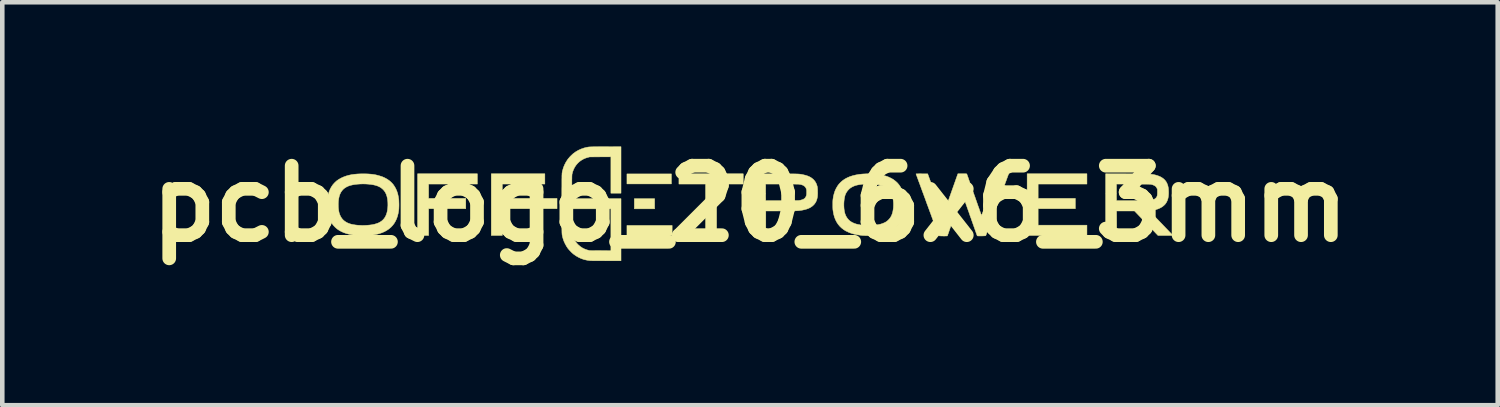
<source format=kicad_pcb>
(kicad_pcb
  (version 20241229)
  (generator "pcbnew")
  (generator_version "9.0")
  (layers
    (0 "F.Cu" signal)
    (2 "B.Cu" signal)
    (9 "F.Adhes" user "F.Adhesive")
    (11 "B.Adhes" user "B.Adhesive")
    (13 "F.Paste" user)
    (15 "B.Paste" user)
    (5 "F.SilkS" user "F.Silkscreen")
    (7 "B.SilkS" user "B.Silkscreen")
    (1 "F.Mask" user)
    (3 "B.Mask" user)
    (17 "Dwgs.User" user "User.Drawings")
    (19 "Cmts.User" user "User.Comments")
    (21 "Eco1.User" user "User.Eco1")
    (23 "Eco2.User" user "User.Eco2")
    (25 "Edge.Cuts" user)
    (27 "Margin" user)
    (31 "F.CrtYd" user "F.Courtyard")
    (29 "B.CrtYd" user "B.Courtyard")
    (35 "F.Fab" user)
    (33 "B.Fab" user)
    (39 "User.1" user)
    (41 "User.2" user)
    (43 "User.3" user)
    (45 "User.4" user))
  (footprint "pcb_logo_20_6x6_3mm"
    (layer "F.Cu")
    (at 13.397 1.418)
    (property "Reference" "pcb_logo_20_6x6_3mm" (at 0 0 0) (layer "F.SilkS") (effects (font (size 1.524 1.524) (thickness 0.3))))
    (attr through_hole)
    (fp_poly (pts (xy -4.232 0.108) (xy -5.29 0.108) (xy -5.29 -0.117) (xy -4.232 -0.117) (xy -4.232 0.108)) (stroke (width 0.01) (type solid)) (fill yes) (layer "F.SilkS"))
    (fp_poly (pts (xy -2.092 0.111) (xy -2.537 0.111) (xy -2.537 -0.111) (xy -2.092 -0.111) (xy -2.092 0.111)) (stroke (width 0.01) (type solid)) (fill yes) (layer "F.SilkS"))
    (fp_poly (pts (xy -1.724 -0.435) (xy -2.699 -0.435) (xy -2.699 -0.654) (xy -1.724 -0.654) (xy -1.724 -0.435)) (stroke (width 0.01) (type solid)) (fill yes) (layer "F.SilkS"))
    (fp_poly (pts (xy -1.708 0.695) (xy -2.699 0.695) (xy -2.699 0.476) (xy -1.708 0.476) (xy -1.708 0.695)) (stroke (width 0.01) (type solid)) (fill yes) (layer "F.SilkS"))
    (fp_poly (pts (xy -4.499 -0.432) (xy -5.432 -0.432) (xy -5.432 0.695) (xy -5.674 0.695) (xy -5.674 -0.657) (xy -4.499 -0.657) (xy -4.499 -0.432)) (stroke (width 0.01) (type solid)) (fill yes) (layer "F.SilkS"))
    (fp_poly (pts (xy -0.149 -0.432) (xy -0.733 -0.432) (xy -0.733 0.695) (xy -0.975 0.695) (xy -0.975 -0.432) (xy -1.559 -0.432) (xy -1.559 -0.657) (xy -0.149 -0.657) (xy -0.149 -0.432)) (stroke (width 0.01) (type solid)) (fill yes) (layer "F.SilkS"))
    (fp_poly (pts (xy -5.979 -0.432) (xy -7.048 -0.432) (xy -7.048 -0.117) (xy -6.233 -0.117) (xy -6.233 0.108) (xy -7.048 0.108) (xy -7.048 0.695) (xy -7.29 0.695) (xy -7.29 -0.657) (xy -5.979 -0.657) (xy -5.979 -0.432)) (stroke (width 0.01) (type solid)) (fill yes) (layer "F.SilkS"))
    (fp_poly (pts (xy 7.388 -0.432) (xy 6.318 -0.432) (xy 6.318 -0.117) (xy 7.134 -0.117) (xy 7.134 0.108) (xy 6.318 0.108) (xy 6.318 0.47) (xy 7.388 0.47) (xy 7.388 0.695) (xy 6.077 0.695) (xy 6.077 -0.657) (xy 7.388 -0.657) (xy 7.388 -0.432)) (stroke (width 0.01) (type solid)) (fill yes) (layer "F.SilkS"))
    (fp_poly (pts (xy 0.572 -0.656) (xy 0.638 -0.656) (xy 0.698 -0.656) (xy 0.752 -0.656) (xy 0.801 -0.656) (xy 0.845 -0.656) (xy 0.884 -0.655) (xy 0.919 -0.655) (xy 0.95 -0.655) (xy 0.977 -0.654) (xy 1.002 -0.654) (xy 1.023 -0.653) (xy 1.042 -0.653) (xy 1.058 -0.652) (xy 1.073 -0.651) (xy 1.086 -0.65) (xy 1.098 -0.649) (xy 1.109 -0.647) (xy 1.119 -0.646) (xy 1.129 -0.644) (xy 1.14 -0.642) (xy 1.151 -0.64) (xy 1.163 -0.637) (xy 1.168 -0.636) (xy 1.222 -0.623) (xy 1.27 -0.607) (xy 1.314 -0.587) (xy 1.352 -0.563) (xy 1.386 -0.536) (xy 1.414 -0.505) (xy 1.438 -0.47) (xy 1.457 -0.432) (xy 1.471 -0.389) (xy 1.474 -0.378) (xy 1.477 -0.363) (xy 1.479 -0.342) (xy 1.481 -0.318) (xy 1.482 -0.291) (xy 1.482 -0.263) (xy 1.483 -0.235) (xy 1.482 -0.207) (xy 1.481 -0.183) (xy 1.479 -0.161) (xy 1.478 -0.15) (xy 1.468 -0.104) (xy 1.454 -0.062) (xy 1.435 -0.025) (xy 1.411 0.008) (xy 1.402 0.018) (xy 1.376 0.044) (xy 1.347 0.066) (xy 1.315 0.086) (xy 1.279 0.103) (xy 1.24 0.117) (xy 1.196 0.129) (xy 1.147 0.14) (xy 1.093 0.148) (xy 1.049 0.153) (xy 1.04 0.153) (xy 1.025 0.154) (xy 1.004 0.155) (xy 0.977 0.155) (xy 0.945 0.156) (xy 0.908 0.156) (xy 0.867 0.157) (xy 0.821 0.157) (xy 0.771 0.157) (xy 0.716 0.158) (xy 0.68 0.158) (xy 0.346 0.159) (xy 0.346 0.695) (xy 0.102 0.695) (xy 0.102 -0.251) (xy 0.343 -0.251) (xy 0.343 -0.218) (xy 0.343 -0.187) (xy 0.343 -0.158) (xy 0.343 -0.132) (xy 0.344 -0.11) (xy 0.344 -0.092) (xy 0.344 -0.079) (xy 0.345 -0.071) (xy 0.345 -0.069) (xy 0.349 -0.068) (xy 0.358 -0.068) (xy 0.373 -0.067) (xy 0.393 -0.067) (xy 0.417 -0.067) (xy 0.445 -0.067) (xy 0.476 -0.067) (xy 0.511 -0.067) (xy 0.548 -0.067) (xy 0.586 -0.067) (xy 0.627 -0.067) (xy 0.668 -0.067) (xy 0.71 -0.068) (xy 0.752 -0.068) (xy 0.793 -0.068) (xy 0.833 -0.068) (xy 0.872 -0.069) (xy 0.91 -0.069) (xy 0.944 -0.07) (xy 0.976 -0.07) (xy 1.004 -0.07) (xy 1.029 -0.071) (xy 1.049 -0.071) (xy 1.064 -0.072) (xy 1.075 -0.072) (xy 1.078 -0.073) (xy 1.102 -0.077) (xy 1.126 -0.083) (xy 1.148 -0.09) (xy 1.167 -0.097) (xy 1.177 -0.103) (xy 1.2 -0.119) (xy 1.217 -0.141) (xy 1.23 -0.165) (xy 1.238 -0.192) (xy 1.24 -0.205) (xy 1.241 -0.222) (xy 1.241 -0.242) (xy 1.241 -0.263) (xy 1.241 -0.282) (xy 1.24 -0.299) (xy 1.238 -0.311) (xy 1.238 -0.312) (xy 1.229 -0.339) (xy 1.216 -0.362) (xy 1.198 -0.382) (xy 1.175 -0.399) (xy 1.146 -0.412) (xy 1.113 -0.422) (xy 1.074 -0.428) (xy 1.072 -0.429) (xy 1.064 -0.429) (xy 1.049 -0.43) (xy 1.03 -0.43) (xy 1.004 -0.43) (xy 0.973 -0.431) (xy 0.937 -0.431) (xy 0.896 -0.431) (xy 0.85 -0.432) (xy 0.801 -0.432) (xy 0.746 -0.432) (xy 0.693 -0.432) (xy 0.343 -0.432) (xy 0.343 -0.251) (xy 0.102 -0.251) (xy 0.102 -0.657) (xy 0.572 -0.656)) (stroke (width 0.01) (type solid)) (fill yes) (layer "F.SilkS"))
    (fp_poly (pts (xy 8.268 -0.656) (xy 8.34 -0.656) (xy 8.405 -0.656) (xy 8.465 -0.656) (xy 8.518 -0.655) (xy 8.566 -0.655) (xy 8.609 -0.655) (xy 8.646 -0.654) (xy 8.678 -0.654) (xy 8.705 -0.654) (xy 8.727 -0.653) (xy 8.744 -0.653) (xy 8.758 -0.652) (xy 8.766 -0.652) (xy 8.769 -0.651) (xy 8.814 -0.645) (xy 8.853 -0.639) (xy 8.888 -0.631) (xy 8.92 -0.622) (xy 8.95 -0.612) (xy 8.979 -0.6) (xy 9 -0.591) (xy 9.039 -0.568) (xy 9.074 -0.542) (xy 9.103 -0.512) (xy 9.128 -0.478) (xy 9.147 -0.44) (xy 9.162 -0.399) (xy 9.172 -0.353) (xy 9.176 -0.322) (xy 9.178 -0.279) (xy 9.179 -0.236) (xy 9.177 -0.195) (xy 9.173 -0.157) (xy 9.167 -0.123) (xy 9.164 -0.112) (xy 9.15 -0.069) (xy 9.131 -0.03) (xy 9.107 0.005) (xy 9.077 0.036) (xy 9.043 0.064) (xy 9.003 0.088) (xy 8.958 0.109) (xy 8.929 0.119) (xy 8.9 0.128) (xy 8.868 0.136) (xy 8.833 0.143) (xy 8.799 0.148) (xy 8.788 0.15) (xy 8.774 0.151) (xy 8.764 0.153) (xy 8.758 0.155) (xy 8.757 0.156) (xy 8.76 0.158) (xy 8.766 0.165) (xy 8.776 0.176) (xy 8.789 0.19) (xy 8.806 0.207) (xy 8.825 0.228) (xy 8.847 0.25) (xy 8.871 0.275) (xy 8.897 0.302) (xy 8.924 0.331) (xy 8.952 0.36) (xy 8.981 0.39) (xy 9.011 0.421) (xy 9.041 0.452) (xy 9.07 0.483) (xy 9.099 0.513) (xy 9.127 0.542) (xy 9.154 0.57) (xy 9.18 0.597) (xy 9.204 0.622) (xy 9.225 0.644) (xy 9.239 0.658) (xy 9.275 0.695) (xy 9.11 0.695) (xy 8.946 0.695) (xy 8.432 0.159) (xy 8.038 0.159) (xy 8.04 0.427) (xy 8.041 0.695) (xy 7.798 0.695) (xy 7.798 -0.251) (xy 8.036 -0.251) (xy 8.036 -0.218) (xy 8.036 -0.187) (xy 8.036 -0.158) (xy 8.036 -0.132) (xy 8.037 -0.11) (xy 8.037 -0.092) (xy 8.037 -0.079) (xy 8.038 -0.071) (xy 8.038 -0.069) (xy 8.042 -0.068) (xy 8.051 -0.068) (xy 8.066 -0.068) (xy 8.085 -0.068) (xy 8.109 -0.067) (xy 8.137 -0.067) (xy 8.168 -0.067) (xy 8.202 -0.067) (xy 8.238 -0.067) (xy 8.276 -0.067) (xy 8.316 -0.067) (xy 8.356 -0.067) (xy 8.396 -0.067) (xy 8.437 -0.067) (xy 8.477 -0.067) (xy 8.515 -0.067) (xy 8.552 -0.068) (xy 8.587 -0.068) (xy 8.619 -0.068) (xy 8.648 -0.068) (xy 8.674 -0.069) (xy 8.695 -0.069) (xy 8.711 -0.069) (xy 8.723 -0.07) (xy 8.725 -0.07) (xy 8.763 -0.073) (xy 8.796 -0.077) (xy 8.824 -0.083) (xy 8.848 -0.091) (xy 8.868 -0.101) (xy 8.885 -0.113) (xy 8.893 -0.119) (xy 8.906 -0.132) (xy 8.916 -0.146) (xy 8.923 -0.161) (xy 8.929 -0.178) (xy 8.932 -0.199) (xy 8.934 -0.224) (xy 8.934 -0.253) (xy 8.934 -0.262) (xy 8.933 -0.319) (xy 8.921 -0.343) (xy 8.91 -0.362) (xy 8.899 -0.377) (xy 8.895 -0.381) (xy 8.877 -0.394) (xy 8.854 -0.406) (xy 8.828 -0.416) (xy 8.804 -0.423) (xy 8.799 -0.424) (xy 8.795 -0.425) (xy 8.79 -0.426) (xy 8.784 -0.427) (xy 8.778 -0.427) (xy 8.77 -0.428) (xy 8.76 -0.428) (xy 8.748 -0.429) (xy 8.733 -0.429) (xy 8.716 -0.429) (xy 8.695 -0.43) (xy 8.671 -0.43) (xy 8.643 -0.43) (xy 8.61 -0.43) (xy 8.573 -0.43) (xy 8.531 -0.431) (xy 8.483 -0.431) (xy 8.429 -0.431) (xy 8.405 -0.431) (xy 8.036 -0.432) (xy 8.036 -0.251) (xy 7.798 -0.251) (xy 7.798 -0.657) (xy 8.268 -0.656)) (stroke (width 0.01) (type solid)) (fill yes) (layer "F.SilkS"))
    (fp_poly (pts (xy -2.829 -0.232) (xy -3.051 -0.232) (xy -3.051 -1.029) (xy -3.284 -1.028) (xy -3.516 -1.027) (xy -3.551 -1.018) (xy -3.604 -1.002) (xy -3.653 -0.981) (xy -3.699 -0.954) (xy -3.742 -0.923) (xy -3.78 -0.887) (xy -3.814 -0.847) (xy -3.844 -0.803) (xy -3.868 -0.755) (xy -3.888 -0.704) (xy -3.899 -0.661) (xy -3.901 -0.655) (xy -3.902 -0.65) (xy -3.903 -0.644) (xy -3.904 -0.637) (xy -3.904 -0.63) (xy -3.905 -0.62) (xy -3.905 -0.609) (xy -3.906 -0.594) (xy -3.906 -0.577) (xy -3.906 -0.556) (xy -3.907 -0.532) (xy -3.907 -0.503) (xy -3.907 -0.469) (xy -3.907 -0.43) (xy -3.908 -0.385) (xy -3.908 -0.371) (xy -3.909 -0.111) (xy -2.829 -0.111) (xy -2.829 1.251) (xy -3.154 1.251) (xy -3.199 1.25) (xy -3.243 1.25) (xy -3.286 1.25) (xy -3.326 1.25) (xy -3.363 1.25) (xy -3.398 1.249) (xy -3.428 1.249) (xy -3.455 1.249) (xy -3.476 1.248) (xy -3.493 1.248) (xy -3.504 1.248) (xy -3.508 1.247) (xy -3.573 1.238) (xy -3.637 1.224) (xy -3.699 1.203) (xy -3.758 1.176) (xy -3.814 1.144) (xy -3.868 1.106) (xy -3.873 1.102) (xy -3.892 1.086) (xy -3.913 1.067) (xy -3.934 1.045) (xy -3.955 1.023) (xy -3.974 1.002) (xy -3.989 0.983) (xy -3.991 0.982) (xy -4.025 0.932) (xy -4.055 0.877) (xy -4.081 0.821) (xy -4.101 0.763) (xy -4.108 0.737) (xy -4.112 0.724) (xy -4.114 0.712) (xy -4.117 0.701) (xy -4.119 0.691) (xy -4.121 0.68) (xy -4.122 0.668) (xy -4.123 0.655) (xy -4.124 0.639) (xy -4.125 0.622) (xy -4.125 0.601) (xy -4.126 0.576) (xy -4.126 0.547) (xy -4.126 0.513) (xy -4.127 0.474) (xy -4.127 0.444) (xy -4.128 0.232) (xy -3.909 0.232) (xy -3.908 0.431) (xy -3.907 0.472) (xy -3.907 0.507) (xy -3.907 0.536) (xy -3.907 0.561) (xy -3.906 0.582) (xy -3.906 0.599) (xy -3.905 0.613) (xy -3.905 0.624) (xy -3.904 0.633) (xy -3.903 0.641) (xy -3.902 0.648) (xy -3.901 0.654) (xy -3.9 0.66) (xy -3.899 0.661) (xy -3.884 0.715) (xy -3.864 0.765) (xy -3.838 0.813) (xy -3.807 0.856) (xy -3.771 0.896) (xy -3.73 0.932) (xy -3.685 0.963) (xy -3.675 0.969) (xy -3.651 0.982) (xy -3.623 0.994) (xy -3.593 1.006) (xy -3.563 1.015) (xy -3.551 1.018) (xy -3.516 1.027) (xy -3.284 1.028) (xy -3.051 1.029) (xy -3.051 0.111) (xy -4.128 0.111) (xy -4.127 -0.272) (xy -4.127 -0.33) (xy -4.126 -0.383) (xy -4.126 -0.429) (xy -4.126 -0.47) (xy -4.126 -0.507) (xy -4.126 -0.539) (xy -4.125 -0.567) (xy -4.125 -0.591) (xy -4.125 -0.612) (xy -4.124 -0.63) (xy -4.123 -0.646) (xy -4.123 -0.659) (xy -4.122 -0.671) (xy -4.12 -0.681) (xy -4.119 -0.69) (xy -4.118 -0.698) (xy -4.116 -0.706) (xy -4.114 -0.715) (xy -4.112 -0.723) (xy -4.109 -0.733) (xy -4.108 -0.737) (xy -4.091 -0.795) (xy -4.067 -0.853) (xy -4.039 -0.908) (xy -4.006 -0.96) (xy -3.991 -0.982) (xy -3.975 -1) (xy -3.957 -1.022) (xy -3.936 -1.044) (xy -3.914 -1.065) (xy -3.893 -1.085) (xy -3.875 -1.101) (xy -3.873 -1.102) (xy -3.821 -1.14) (xy -3.764 -1.173) (xy -3.705 -1.2) (xy -3.643 -1.222) (xy -3.578 -1.238) (xy -3.548 -1.243) (xy -3.542 -1.244) (xy -3.535 -1.245) (xy -3.528 -1.246) (xy -3.519 -1.246) (xy -3.508 -1.247) (xy -3.495 -1.247) (xy -3.48 -1.248) (xy -3.461 -1.248) (xy -3.44 -1.249) (xy -3.415 -1.249) (xy -3.385 -1.249) (xy -3.351 -1.249) (xy -3.313 -1.25) (xy -3.269 -1.25) (xy -3.219 -1.25) (xy -3.171 -1.25) (xy -2.829 -1.251) (xy -2.829 -0.232)) (stroke (width 0.01) (type solid)) (fill yes) (layer "F.SilkS"))
    (fp_poly (pts (xy -8.452 -0.656) (xy -8.405 -0.655) (xy -8.364 -0.653) (xy -8.326 -0.65) (xy -8.291 -0.647) (xy -8.258 -0.642) (xy -8.225 -0.637) (xy -8.192 -0.63) (xy -8.191 -0.63) (xy -8.125 -0.612) (xy -8.063 -0.592) (xy -8.007 -0.567) (xy -7.955 -0.538) (xy -7.908 -0.505) (xy -7.866 -0.468) (xy -7.829 -0.428) (xy -7.797 -0.382) (xy -7.769 -0.333) (xy -7.745 -0.279) (xy -7.726 -0.221) (xy -7.712 -0.158) (xy -7.704 -0.106) (xy -7.701 -0.083) (xy -7.7 -0.056) (xy -7.699 -0.024) (xy -7.698 0.009) (xy -7.698 0.042) (xy -7.699 0.074) (xy -7.7 0.104) (xy -7.702 0.13) (xy -7.704 0.144) (xy -7.715 0.21) (xy -7.73 0.271) (xy -7.75 0.328) (xy -7.774 0.38) (xy -7.802 0.428) (xy -7.835 0.472) (xy -7.872 0.512) (xy -7.914 0.548) (xy -7.933 0.562) (xy -7.976 0.59) (xy -8.024 0.615) (xy -8.076 0.637) (xy -8.132 0.656) (xy -8.191 0.671) (xy -8.223 0.678) (xy -8.248 0.682) (xy -8.272 0.686) (xy -8.294 0.689) (xy -8.316 0.692) (xy -8.339 0.693) (xy -8.364 0.695) (xy -8.392 0.696) (xy -8.424 0.696) (xy -8.461 0.697) (xy -8.468 0.697) (xy -8.495 0.697) (xy -8.522 0.697) (xy -8.545 0.697) (xy -8.566 0.697) (xy -8.582 0.697) (xy -8.594 0.697) (xy -8.601 0.697) (xy -8.601 0.697) (xy -8.609 0.696) (xy -8.621 0.695) (xy -8.636 0.693) (xy -8.649 0.692) (xy -8.72 0.683) (xy -8.787 0.67) (xy -8.851 0.653) (xy -8.911 0.632) (xy -8.966 0.607) (xy -9.017 0.578) (xy -9.052 0.554) (xy -9.095 0.517) (xy -9.134 0.476) (xy -9.168 0.431) (xy -9.197 0.382) (xy -9.222 0.329) (xy -9.242 0.271) (xy -9.257 0.209) (xy -9.267 0.143) (xy -9.273 0.073) (xy -9.273 0.00026) (xy -9.029 0.00026) (xy -9.029 0.044) (xy -9.026 0.099) (xy -9.02 0.149) (xy -9.011 0.194) (xy -8.998 0.234) (xy -8.982 0.271) (xy -8.963 0.304) (xy -8.94 0.335) (xy -8.918 0.358) (xy -8.891 0.381) (xy -8.861 0.401) (xy -8.828 0.419) (xy -8.791 0.434) (xy -8.75 0.447) (xy -8.705 0.457) (xy -8.655 0.465) (xy -8.599 0.471) (xy -8.539 0.474) (xy -8.496 0.476) (xy -8.486 0.476) (xy -8.472 0.475) (xy -8.454 0.475) (xy -8.433 0.474) (xy -8.414 0.473) (xy -8.35 0.468) (xy -8.292 0.461) (xy -8.239 0.45) (xy -8.191 0.436) (xy -8.148 0.42) (xy -8.11 0.4) (xy -8.076 0.377) (xy -8.046 0.35) (xy -8.02 0.32) (xy -7.998 0.286) (xy -7.99 0.27) (xy -7.973 0.231) (xy -7.96 0.187) (xy -7.95 0.139) (xy -7.944 0.088) (xy -7.941 0.034) (xy -7.942 -0.023) (xy -7.944 -0.056) (xy -7.951 -0.111) (xy -7.962 -0.161) (xy -7.977 -0.207) (xy -7.997 -0.248) (xy -8.021 -0.284) (xy -8.05 -0.316) (xy -8.083 -0.344) (xy -8.121 -0.368) (xy -8.163 -0.388) (xy -8.211 -0.404) (xy -8.258 -0.415) (xy -8.312 -0.424) (xy -8.37 -0.43) (xy -8.43 -0.434) (xy -8.493 -0.435) (xy -8.554 -0.433) (xy -8.615 -0.429) (xy -8.672 -0.422) (xy -8.712 -0.415) (xy -8.764 -0.403) (xy -8.81 -0.387) (xy -8.852 -0.367) (xy -8.889 -0.344) (xy -8.922 -0.316) (xy -8.95 -0.284) (xy -8.974 -0.248) (xy -8.993 -0.208) (xy -9.008 -0.163) (xy -9.019 -0.113) (xy -9.026 -0.059) (xy -9.029 0.00026) (xy -9.273 0.00026) (xy -9.273 -0.001) (xy -9.273 -0.013) (xy -9.269 -0.084) (xy -9.26 -0.151) (xy -9.246 -0.213) (xy -9.228 -0.271) (xy -9.205 -0.325) (xy -9.177 -0.375) (xy -9.145 -0.421) (xy -9.108 -0.462) (xy -9.067 -0.5) (xy -9.02 -0.533) (xy -8.969 -0.562) (xy -8.961 -0.566) (xy -8.91 -0.589) (xy -8.855 -0.609) (xy -8.798 -0.625) (xy -8.737 -0.638) (xy -8.671 -0.647) (xy -8.602 -0.653) (xy -8.527 -0.656) (xy -8.452 -0.656)) (stroke (width 0.01) (type solid)) (fill yes) (layer "F.SilkS"))
    (fp_poly (pts (xy 2.685 -0.655) (xy 2.764 -0.65) (xy 2.838 -0.64) (xy 2.907 -0.627) (xy 2.971 -0.61) (xy 2.997 -0.602) (xy 3.024 -0.592) (xy 3.053 -0.579) (xy 3.083 -0.565) (xy 3.111 -0.55) (xy 3.136 -0.536) (xy 3.146 -0.529) (xy 3.192 -0.494) (xy 3.233 -0.456) (xy 3.269 -0.413) (xy 3.3 -0.366) (xy 3.327 -0.315) (xy 3.349 -0.26) (xy 3.366 -0.2) (xy 3.378 -0.14) (xy 3.384 -0.09) (xy 3.388 -0.037) (xy 3.39 0.019) (xy 3.388 0.074) (xy 3.385 0.127) (xy 3.38 0.168) (xy 3.367 0.232) (xy 3.35 0.292) (xy 3.329 0.348) (xy 3.303 0.4) (xy 3.272 0.447) (xy 3.236 0.49) (xy 3.195 0.53) (xy 3.15 0.565) (xy 3.1 0.596) (xy 3.045 0.623) (xy 2.985 0.646) (xy 2.921 0.665) (xy 2.851 0.68) (xy 2.776 0.691) (xy 2.732 0.695) (xy 2.72 0.696) (xy 2.703 0.696) (xy 2.682 0.697) (xy 2.657 0.697) (xy 2.631 0.698) (xy 2.603 0.698) (xy 2.576 0.698) (xy 2.55 0.698) (xy 2.526 0.698) (xy 2.505 0.697) (xy 2.489 0.697) (xy 2.481 0.696) (xy 2.472 0.696) (xy 2.458 0.694) (xy 2.442 0.692) (xy 2.424 0.691) (xy 2.423 0.69) (xy 2.348 0.679) (xy 2.279 0.665) (xy 2.215 0.646) (xy 2.156 0.623) (xy 2.101 0.597) (xy 2.052 0.566) (xy 2.007 0.531) (xy 1.967 0.492) (xy 1.931 0.449) (xy 1.9 0.401) (xy 1.874 0.35) (xy 1.852 0.294) (xy 1.835 0.233) (xy 1.823 0.169) (xy 1.819 0.14) (xy 1.817 0.124) (xy 1.816 0.102) (xy 1.815 0.077) (xy 1.815 0.05) (xy 1.815 0.021) (xy 1.815 -0.004) (xy 2.058 -0.004) (xy 2.058 0.056) (xy 2.062 0.112) (xy 2.069 0.163) (xy 2.08 0.21) (xy 2.095 0.252) (xy 2.114 0.289) (xy 2.137 0.323) (xy 2.163 0.353) (xy 2.18 0.369) (xy 2.212 0.393) (xy 2.248 0.413) (xy 2.288 0.431) (xy 2.333 0.446) (xy 2.383 0.457) (xy 2.438 0.466) (xy 2.498 0.472) (xy 2.546 0.474) (xy 2.569 0.475) (xy 2.588 0.475) (xy 2.604 0.475) (xy 2.62 0.475) (xy 2.638 0.475) (xy 2.658 0.474) (xy 2.672 0.473) (xy 2.727 0.469) (xy 2.777 0.464) (xy 2.822 0.456) (xy 2.863 0.447) (xy 2.901 0.435) (xy 2.935 0.421) (xy 2.951 0.414) (xy 2.972 0.403) (xy 2.989 0.393) (xy 3.003 0.382) (xy 3.018 0.37) (xy 3.033 0.356) (xy 3.06 0.327) (xy 3.082 0.297) (xy 3.101 0.263) (xy 3.116 0.225) (xy 3.118 0.22) (xy 3.13 0.178) (xy 3.138 0.132) (xy 3.144 0.085) (xy 3.146 0.035) (xy 3.146 -0.014) (xy 3.142 -0.063) (xy 3.136 -0.11) (xy 3.126 -0.154) (xy 3.114 -0.195) (xy 3.102 -0.224) (xy 3.082 -0.262) (xy 3.057 -0.295) (xy 3.028 -0.325) (xy 2.995 -0.351) (xy 2.957 -0.373) (xy 2.914 -0.392) (xy 2.867 -0.407) (xy 2.814 -0.419) (xy 2.772 -0.425) (xy 2.737 -0.429) (xy 2.698 -0.432) (xy 2.655 -0.433) (xy 2.611 -0.434) (xy 2.567 -0.434) (xy 2.524 -0.433) (xy 2.485 -0.43) (xy 2.45 -0.427) (xy 2.45 -0.427) (xy 2.396 -0.419) (xy 2.348 -0.41) (xy 2.305 -0.398) (xy 2.267 -0.383) (xy 2.232 -0.365) (xy 2.2 -0.345) (xy 2.172 -0.321) (xy 2.161 -0.31) (xy 2.136 -0.282) (xy 2.115 -0.251) (xy 2.097 -0.218) (xy 2.083 -0.181) (xy 2.073 -0.14) (xy 2.065 -0.094) (xy 2.06 -0.044) (xy 2.058 -0.004) (xy 1.815 -0.004) (xy 1.815 -0.008) (xy 1.815 -0.036) (xy 1.816 -0.061) (xy 1.817 -0.082) (xy 1.819 -0.098) (xy 1.819 -0.098) (xy 1.829 -0.165) (xy 1.845 -0.226) (xy 1.864 -0.284) (xy 1.889 -0.337) (xy 1.918 -0.387) (xy 1.951 -0.432) (xy 1.989 -0.472) (xy 2.032 -0.509) (xy 2.08 -0.542) (xy 2.132 -0.57) (xy 2.19 -0.595) (xy 2.252 -0.615) (xy 2.318 -0.631) (xy 2.39 -0.644) (xy 2.467 -0.652) (xy 2.548 -0.656) (xy 2.601 -0.657) (xy 2.685 -0.655)) (stroke (width 0.01) (type solid)) (fill yes) (layer "F.SilkS"))
    (fp_poly (pts (xy 5.575 -0.657) (xy 5.601 -0.657) (xy 5.622 -0.657) (xy 5.638 -0.657) (xy 5.65 -0.656) (xy 5.659 -0.656) (xy 5.664 -0.655) (xy 5.668 -0.655) (xy 5.669 -0.653) (xy 5.669 -0.652) (xy 5.669 -0.652) (xy 5.668 -0.648) (xy 5.665 -0.639) (xy 5.659 -0.624) (xy 5.652 -0.605) (xy 5.643 -0.58) (xy 5.632 -0.551) (xy 5.62 -0.517) (xy 5.606 -0.48) (xy 5.591 -0.438) (xy 5.574 -0.393) (xy 5.556 -0.345) (xy 5.537 -0.294) (xy 5.517 -0.24) (xy 5.496 -0.183) (xy 5.475 -0.124) (xy 5.452 -0.064) (xy 5.429 -0.002) (xy 5.419 0.027) (xy 5.17 0.7) (xy 5.155 0.703) (xy 5.147 0.704) (xy 5.134 0.704) (xy 5.117 0.705) (xy 5.097 0.706) (xy 5.075 0.706) (xy 5.062 0.706) (xy 5.036 0.706) (xy 5.017 0.706) (xy 5.002 0.706) (xy 4.992 0.705) (xy 4.986 0.704) (xy 4.982 0.703) (xy 4.982 0.702) (xy 4.981 0.699) (xy 4.977 0.69) (xy 4.972 0.675) (xy 4.965 0.656) (xy 4.956 0.632) (xy 4.946 0.603) (xy 4.935 0.571) (xy 4.922 0.535) (xy 4.908 0.495) (xy 4.893 0.453) (xy 4.877 0.407) (xy 4.86 0.36) (xy 4.843 0.31) (xy 4.824 0.259) (xy 4.818 0.24) (xy 4.8 0.188) (xy 4.782 0.138) (xy 4.765 0.09) (xy 4.749 0.044) (xy 4.733 0.00027) (xy 4.719 -0.04) (xy 4.706 -0.077) (xy 4.694 -0.111) (xy 4.683 -0.141) (xy 4.674 -0.166) (xy 4.667 -0.187) (xy 4.661 -0.203) (xy 4.657 -0.214) (xy 4.655 -0.219) (xy 4.655 -0.22) (xy 4.653 -0.217) (xy 4.65 -0.209) (xy 4.645 -0.195) (xy 4.638 -0.176) (xy 4.63 -0.153) (xy 4.62 -0.125) (xy 4.608 -0.093) (xy 4.596 -0.058) (xy 4.582 -0.019) (xy 4.567 0.024) (xy 4.551 0.069) (xy 4.534 0.116) (xy 4.517 0.165) (xy 4.499 0.217) (xy 4.491 0.239) (xy 4.473 0.291) (xy 4.455 0.342) (xy 4.438 0.39) (xy 4.422 0.437) (xy 4.407 0.48) (xy 4.392 0.521) (xy 4.379 0.559) (xy 4.367 0.593) (xy 4.357 0.623) (xy 4.348 0.649) (xy 4.34 0.67) (xy 4.334 0.686) (xy 4.331 0.698) (xy 4.329 0.703) (xy 4.328 0.704) (xy 4.325 0.705) (xy 4.316 0.706) (xy 4.302 0.707) (xy 4.286 0.707) (xy 4.266 0.708) (xy 4.245 0.708) (xy 4.223 0.707) (xy 4.201 0.707) (xy 4.18 0.706) (xy 4.17 0.705) (xy 4.157 0.704) (xy 4.147 0.703) (xy 4.14 0.702) (xy 4.139 0.702) (xy 4.138 0.699) (xy 4.135 0.69) (xy 4.129 0.676) (xy 4.122 0.656) (xy 4.113 0.632) (xy 4.103 0.603) (xy 4.09 0.57) (xy 4.076 0.532) (xy 4.061 0.491) (xy 4.045 0.446) (xy 4.027 0.398) (xy 4.008 0.347) (xy 3.988 0.293) (xy 3.968 0.237) (xy 3.946 0.178) (xy 3.924 0.118) (xy 3.901 0.055) (xy 3.889 0.024) (xy 3.866 -0.039) (xy 3.844 -0.101) (xy 3.822 -0.16) (xy 3.801 -0.218) (xy 3.78 -0.273) (xy 3.761 -0.326) (xy 3.743 -0.375) (xy 3.726 -0.422) (xy 3.71 -0.465) (xy 3.695 -0.504) (xy 3.682 -0.54) (xy 3.671 -0.571) (xy 3.661 -0.598) (xy 3.653 -0.619) (xy 3.647 -0.636) (xy 3.642 -0.648) (xy 3.64 -0.654) (xy 3.64 -0.655) (xy 3.642 -0.655) (xy 3.651 -0.656) (xy 3.664 -0.656) (xy 3.682 -0.656) (xy 3.704 -0.657) (xy 3.728 -0.657) (xy 3.755 -0.657) (xy 3.767 -0.656) (xy 3.896 -0.656) (xy 4.063 -0.198) (xy 4.082 -0.146) (xy 4.101 -0.096) (xy 4.118 -0.048) (xy 4.135 -0.002) (xy 4.151 0.041) (xy 4.166 0.081) (xy 4.179 0.118) (xy 4.192 0.152) (xy 4.203 0.181) (xy 4.212 0.206) (xy 4.22 0.227) (xy 4.226 0.243) (xy 4.23 0.253) (xy 4.232 0.258) (xy 4.232 0.259) (xy 4.233 0.256) (xy 4.237 0.247) (xy 4.242 0.233) (xy 4.249 0.214) (xy 4.257 0.19) (xy 4.267 0.162) (xy 4.279 0.13) (xy 4.292 0.094) (xy 4.305 0.055) (xy 4.321 0.012) (xy 4.337 -0.033) (xy 4.353 -0.08) (xy 4.371 -0.13) (xy 4.389 -0.181) (xy 4.396 -0.2) (xy 4.558 -0.657) (xy 4.655 -0.657) (xy 4.683 -0.657) (xy 4.704 -0.657) (xy 4.721 -0.657) (xy 4.734 -0.657) (xy 4.743 -0.656) (xy 4.748 -0.655) (xy 4.752 -0.654) (xy 4.754 -0.653) (xy 4.754 -0.652) (xy 4.756 -0.648) (xy 4.759 -0.639) (xy 4.764 -0.624) (xy 4.771 -0.605) (xy 4.78 -0.581) (xy 4.79 -0.552) (xy 4.801 -0.519) (xy 4.814 -0.483) (xy 4.828 -0.444) (xy 4.843 -0.401) (xy 4.859 -0.356) (xy 4.876 -0.308) (xy 4.893 -0.259) (xy 4.911 -0.208) (xy 4.915 -0.195) (xy 4.934 -0.144) (xy 4.951 -0.094) (xy 4.968 -0.046) (xy 4.984 -0.000341) (xy 4.999 0.043) (xy 5.014 0.083) (xy 5.027 0.12) (xy 5.038 0.153) (xy 5.049 0.182) (xy 5.058 0.207) (xy 5.065 0.227) (xy 5.071 0.243) (xy 5.074 0.253) (xy 5.076 0.258) (xy 5.076 0.258) (xy 5.078 0.255) (xy 5.081 0.247) (xy 5.086 0.233) (xy 5.093 0.215) (xy 5.102 0.191) (xy 5.113 0.163) (xy 5.125 0.132) (xy 5.138 0.096) (xy 5.152 0.057) (xy 5.168 0.015) (xy 5.184 -0.029) (xy 5.202 -0.076) (xy 5.22 -0.126) (xy 5.239 -0.177) (xy 5.247 -0.199) (xy 5.415 -0.657) (xy 5.543 -0.657) (xy 5.575 -0.657)) (stroke (width 0.01) (type solid)) (fill yes) (layer "F.SilkS")))
  (gr_rect
    (start -3 -3)
    (end 29.793 5.836)
    (stroke (width 0.1) (type default))
    (fill no)
    (layer "Edge.Cuts")))
</source>
